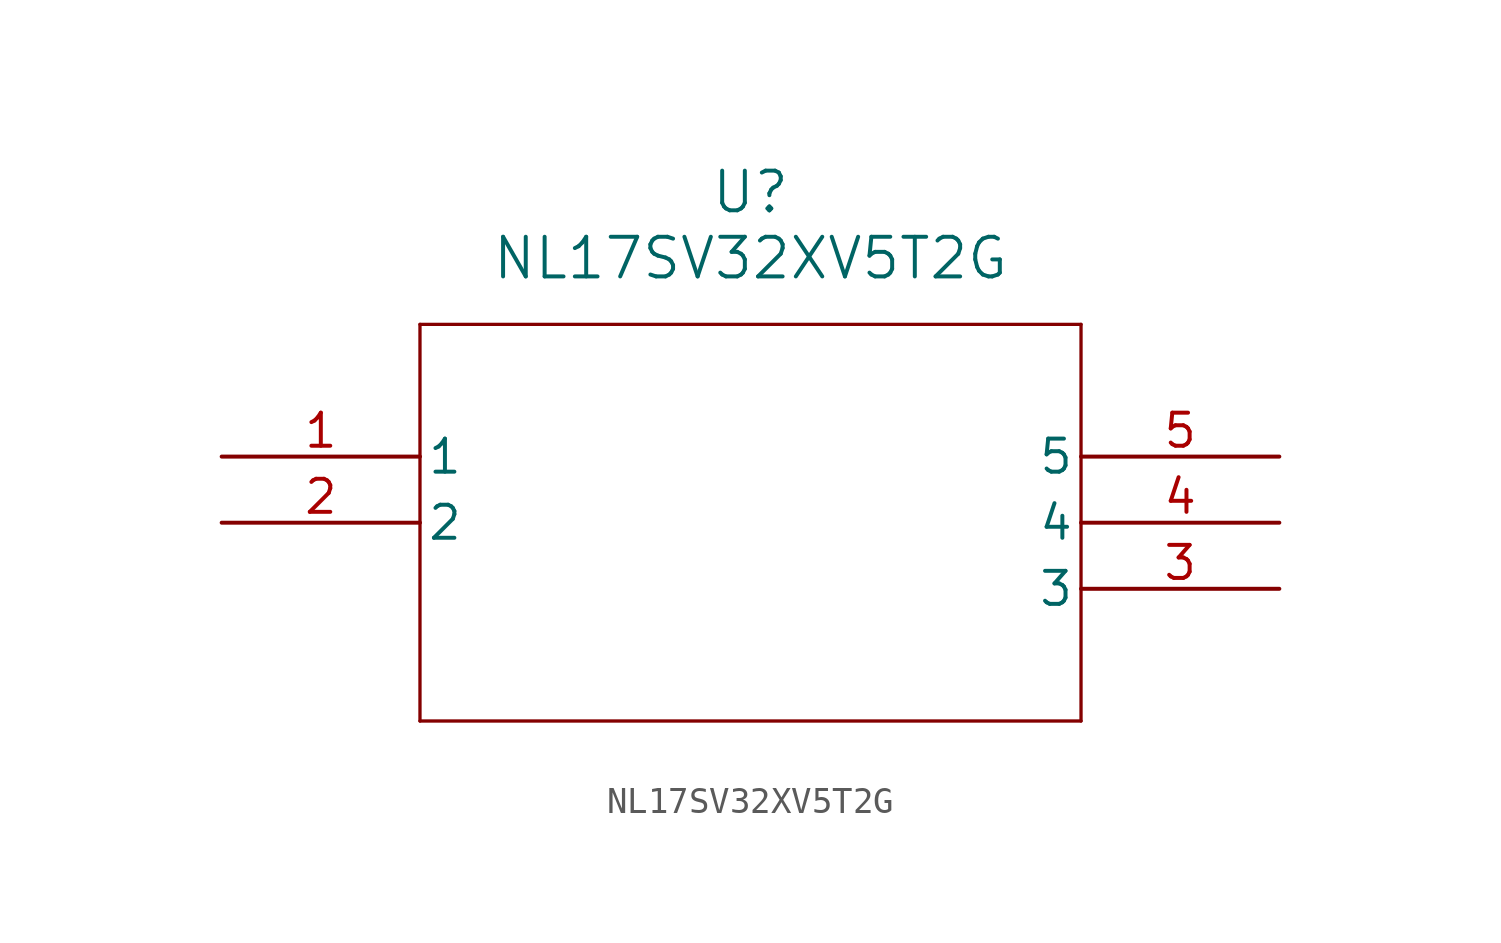
<source format=kicad_sym>
(kicad_symbol_lib
  (version 20211014)
  (generator kicad_symbol_editor)
  (symbol "NL17SV32XV5T2G"
    (pin_names
      (offset 0.254))
    (property "Reference" "U"
      (at 20.32 10.16 0)
      (effects (font (size 1.524 1.524))))
    (property "Value" "NL17SV32XV5T2G"
      (at 20.32 7.62 0)
      (effects (font (size 1.524 1.524))))
    (symbol "NL17SV32XV5T2G_0_1"
      (polyline (pts (xy 7.62 5.08) (xy 7.62 -10.16)) (stroke (width 0.127) (type default) (color 0 0 0 0)) (fill (type none)))
      (polyline (pts (xy 7.62 -10.16) (xy 33.02 -10.16)) (stroke (width 0.127) (type default) (color 0 0 0 0)) (fill (type none)))
      (polyline (pts (xy 33.02 -10.16) (xy 33.02 5.08)) (stroke (width 0.127) (type default) (color 0 0 0 0)) (fill (type none)))
      (polyline (pts (xy 33.02 5.08) (xy 7.62 5.08)) (stroke (width 0.127) (type default) (color 0 0 0 0)) (fill (type none)))
      (pin unspecified line (at 0 0 0) (length 7.62) (name "1" (effects (font (size 1.27 1.27)))) (number "1" (effects (font (size 1.27 1.27)))))
      (pin unspecified line (at 0 -2.54 0) (length 7.62) (name "2" (effects (font (size 1.27 1.27)))) (number "2" (effects (font (size 1.27 1.27)))))
      (pin unspecified line (at 40.64 -5.08 180) (length 7.62) (name "3" (effects (font (size 1.27 1.27)))) (number "3" (effects (font (size 1.27 1.27)))))
      (pin unspecified line (at 40.64 -2.54 180) (length 7.62) (name "4" (effects (font (size 1.27 1.27)))) (number "4" (effects (font (size 1.27 1.27)))))
      (pin unspecified line (at 40.64 0 180) (length 7.62) (name "5" (effects (font (size 1.27 1.27)))) (number "5" (effects (font (size 1.27 1.27))))))))
</source>
